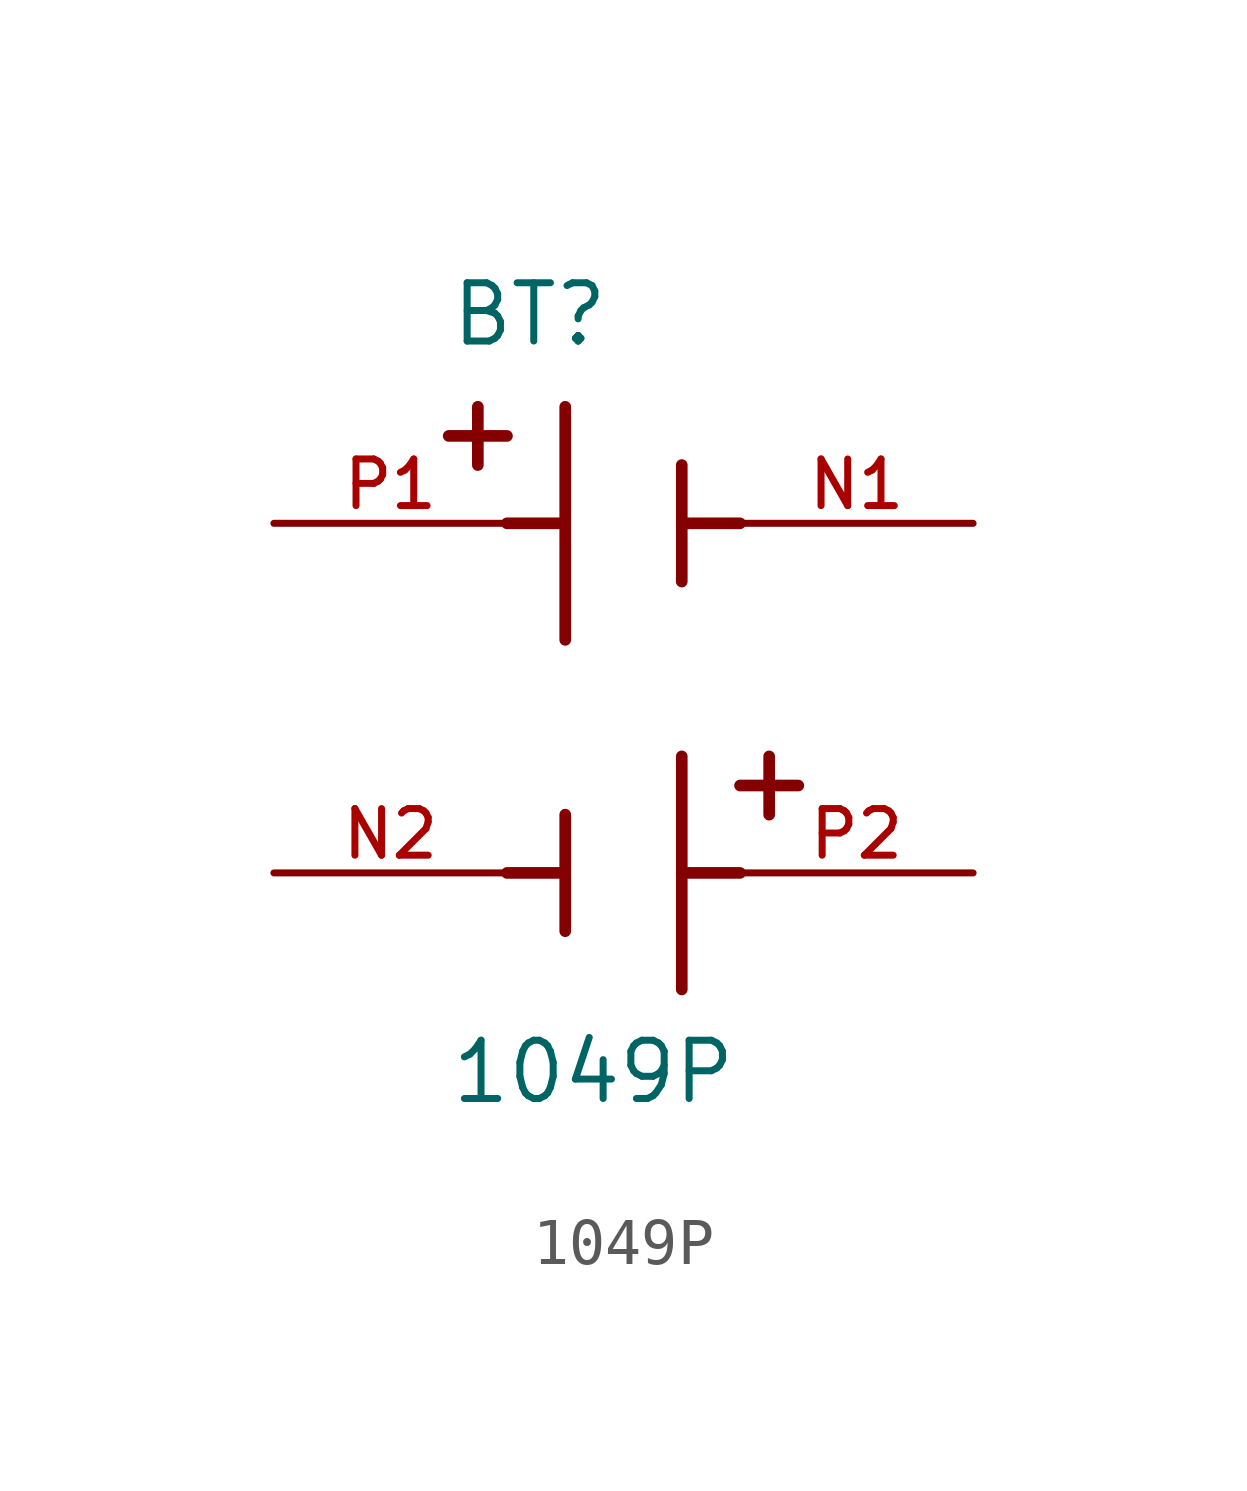
<source format=kicad_sym>
(kicad_symbol_lib
  (version 20211014)
  (generator kicad_symbol_editor)
  (symbol "1049P"
    (pin_names
      (offset 1.016))
    (property "Reference" "BT"
      (at -3.81 8.89 0)
      (effects (font (size 1.27 1.27)) (justify bottom left)))
    (property "Value" "1049P"
      (at -3.81 -7.62 0)
      (effects (font (size 1.27 1.27)) (justify bottom left)))
    (symbol "1049P_0_0"
      (polyline (pts (xy -1.27 7.62) (xy -1.27 5.08)) (stroke (width 0.254)))
      (polyline (pts (xy -1.27 5.08) (xy -1.27 2.54)) (stroke (width 0.254)))
      (polyline (pts (xy 1.27 6.35) (xy 1.27 5.08)) (stroke (width 0.254)))
      (polyline (pts (xy 1.27 5.08) (xy 1.27 3.81)) (stroke (width 0.254)))
      (polyline (pts (xy -1.27 5.08) (xy -2.54 5.08)) (stroke (width 0.254)))
      (polyline (pts (xy 1.27 5.08) (xy 2.54 5.08)) (stroke (width 0.254)))
      (polyline (pts (xy -3.175 7.62) (xy -3.175 6.35)) (stroke (width 0.254)))
      (polyline (pts (xy -3.81 6.985) (xy -2.54 6.985)) (stroke (width 0.254)))
      (polyline (pts (xy 1.27 -5.08) (xy 1.27 -2.54)) (stroke (width 0.254)))
      (polyline (pts (xy 1.27 -2.54) (xy 1.27 0.0)) (stroke (width 0.254)))
      (polyline (pts (xy -1.27 -3.81) (xy -1.27 -2.54)) (stroke (width 0.254)))
      (polyline (pts (xy -1.27 -2.54) (xy -1.27 -1.27)) (stroke (width 0.254)))
      (polyline (pts (xy 1.27 -2.54) (xy 2.54 -2.54)) (stroke (width 0.254)))
      (polyline (pts (xy -1.27 -2.54) (xy -2.54 -2.54)) (stroke (width 0.254)))
      (polyline (pts (xy 3.175 -1.27) (xy 3.175 0.0)) (stroke (width 0.254)))
      (polyline (pts (xy 3.81 -0.635) (xy 2.54 -0.635)) (stroke (width 0.254)))
      (pin passive line (at -7.62 5.08 0) (length 5.08) (name "~" (effects (font (size 1.016 1.016)))) (number "P1" (effects (font (size 1.016 1.016)))))
      (pin passive line (at 7.62 5.08 180.0) (length 5.08) (name "~" (effects (font (size 1.016 1.016)))) (number "N1" (effects (font (size 1.016 1.016)))))
      (pin passive line (at 7.62 -2.54 180.0) (length 5.08) (name "~" (effects (font (size 1.016 1.016)))) (number "P2" (effects (font (size 1.016 1.016)))))
      (pin passive line (at -7.62 -2.54 0) (length 5.08) (name "~" (effects (font (size 1.016 1.016)))) (number "N2" (effects (font (size 1.016 1.016))))))))
</source>
